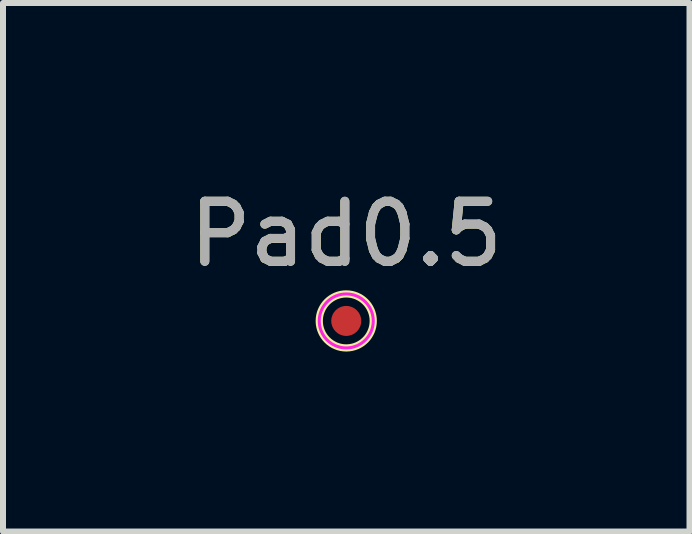
<source format=kicad_pcb>
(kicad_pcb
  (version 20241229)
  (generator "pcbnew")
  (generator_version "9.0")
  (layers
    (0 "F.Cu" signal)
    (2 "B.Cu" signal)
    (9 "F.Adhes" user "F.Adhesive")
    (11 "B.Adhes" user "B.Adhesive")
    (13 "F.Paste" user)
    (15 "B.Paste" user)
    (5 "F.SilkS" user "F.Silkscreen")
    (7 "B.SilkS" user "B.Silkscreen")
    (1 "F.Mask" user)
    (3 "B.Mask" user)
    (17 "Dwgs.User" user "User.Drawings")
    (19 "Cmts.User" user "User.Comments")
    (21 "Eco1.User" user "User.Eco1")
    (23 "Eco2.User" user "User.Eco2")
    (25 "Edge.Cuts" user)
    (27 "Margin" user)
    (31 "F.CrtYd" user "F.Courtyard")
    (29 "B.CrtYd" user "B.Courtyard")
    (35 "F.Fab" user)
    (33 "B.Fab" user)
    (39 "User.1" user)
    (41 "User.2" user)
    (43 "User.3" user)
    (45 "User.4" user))
  (footprint "Pad0.5"
    (layer "F.Cu")
    (at 2.72 2.298)
    (property "Reference" "Pad0.5" (at 0 -1.448 0) (layer "F.SilkS") (effects (font (size 1 1) (thickness 0.15))))
    (attr exclude_from_pos_files)
    (fp_circle (center 0 0) (end 0.45 0) (stroke (width 0.12) (type solid)) (fill no) (layer "F.SilkS"))
    (fp_circle (center 0 0) (end 0.45 0) (stroke (width 0.05) (type solid)) (fill no) (layer "F.CrtYd"))
    (fp_text user "${REFERENCE}" (at 0 -1.45 0) (layer "F.Fab") (effects (font (size 1 1) (thickness 0.15))))
    (pad "1" smd circle (at 0 0) (size 0.5 0.5) (layers "F.Cu" "F.Mask")))
  (gr_rect
    (start -3 -3)
    (end 8.44 5.808)
    (stroke (width 0.1) (type default))
    (fill no)
    (layer "Edge.Cuts")))
</source>
